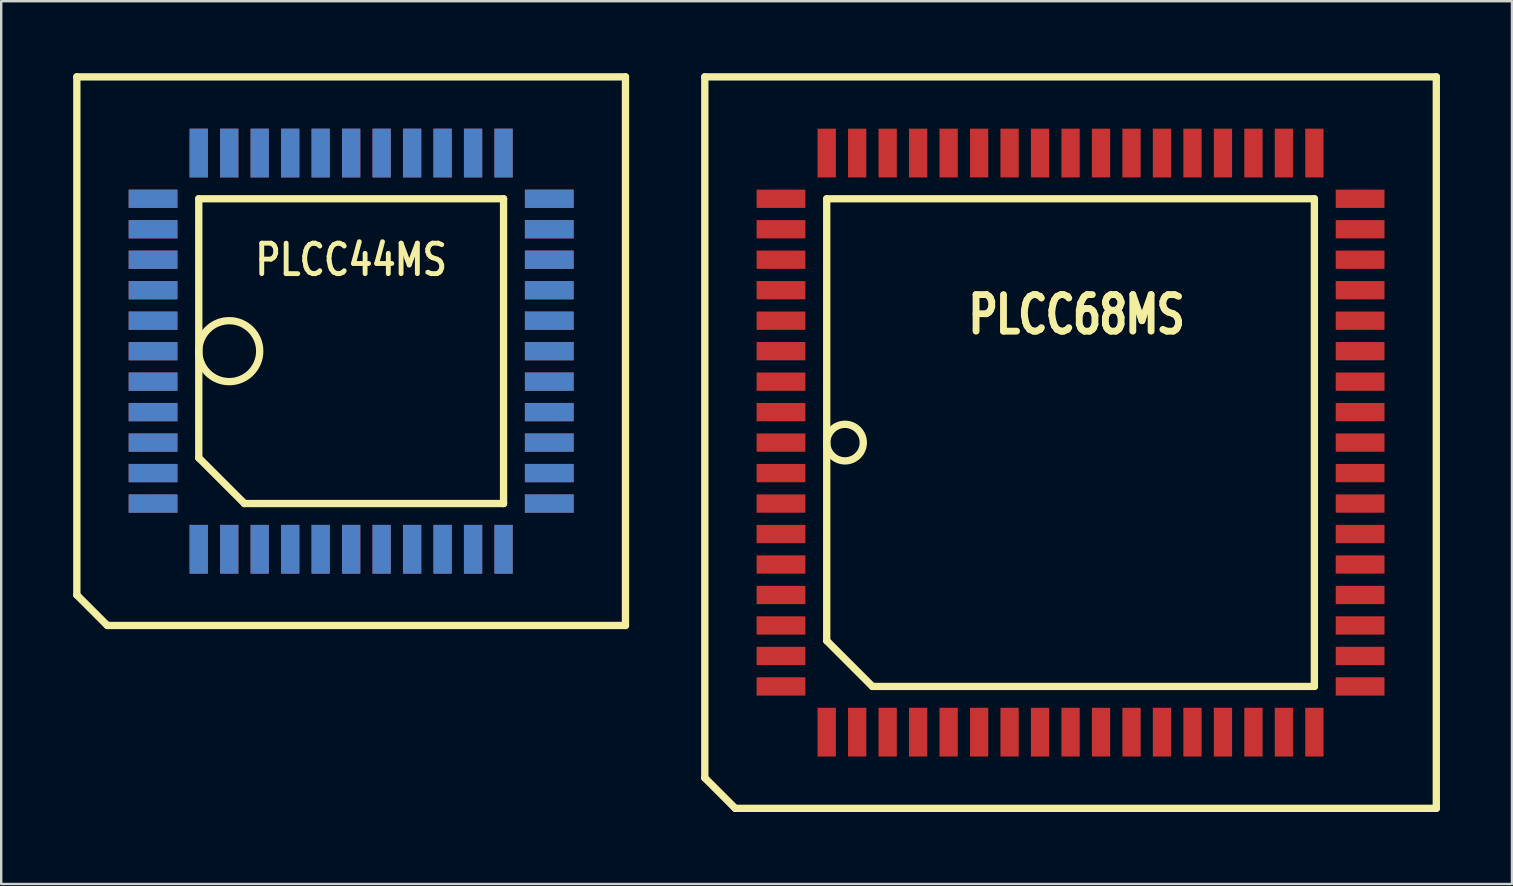
<source format=kicad_pcb>
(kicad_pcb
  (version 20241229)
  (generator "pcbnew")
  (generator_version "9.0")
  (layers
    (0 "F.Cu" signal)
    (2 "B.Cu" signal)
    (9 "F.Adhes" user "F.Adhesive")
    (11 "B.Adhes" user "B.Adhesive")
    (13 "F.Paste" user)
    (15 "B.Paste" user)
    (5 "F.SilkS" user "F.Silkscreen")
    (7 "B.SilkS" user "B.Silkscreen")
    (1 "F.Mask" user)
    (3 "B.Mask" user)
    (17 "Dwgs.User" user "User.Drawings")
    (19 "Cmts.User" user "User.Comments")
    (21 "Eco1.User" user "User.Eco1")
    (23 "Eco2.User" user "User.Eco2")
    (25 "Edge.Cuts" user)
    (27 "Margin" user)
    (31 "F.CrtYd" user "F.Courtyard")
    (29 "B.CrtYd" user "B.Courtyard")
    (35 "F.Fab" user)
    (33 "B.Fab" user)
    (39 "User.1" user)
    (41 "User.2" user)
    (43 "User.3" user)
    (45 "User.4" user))
  (footprint "PLCC68MS"
    (layer "F.Cu")
    (at 41.557 15.392)
    (property "Reference" "PLCC68MS" (at 0.254 -5.334 0) (layer "F.SilkS") (effects (font (size 1.524 1.143) (thickness 0.305))))
    (attr smd)
    (fp_line (start -15.24 -15.24) (end -15.24 13.97) (stroke (width 0.305) (type solid)) (layer "F.SilkS"))
    (fp_line (start -15.24 13.97) (end -13.97 15.24) (stroke (width 0.305) (type solid)) (layer "F.SilkS"))
    (fp_line (start -13.97 15.24) (end 15.24 15.24) (stroke (width 0.305) (type solid)) (layer "F.SilkS"))
    (fp_line (start -10.16 -10.16) (end 10.16 -10.16) (stroke (width 0.305) (type solid)) (layer "F.SilkS"))
    (fp_line (start -10.16 8.255) (end -10.16 -10.16) (stroke (width 0.305) (type solid)) (layer "F.SilkS"))
    (fp_line (start -8.255 10.16) (end -10.16 8.255) (stroke (width 0.305) (type solid)) (layer "F.SilkS"))
    (fp_line (start 10.16 -10.16) (end 10.16 10.16) (stroke (width 0.305) (type solid)) (layer "F.SilkS"))
    (fp_line (start 10.16 10.16) (end -8.255 10.16) (stroke (width 0.305) (type solid)) (layer "F.SilkS"))
    (fp_line (start 15.24 -15.24) (end -15.24 -15.24) (stroke (width 0.305) (type solid)) (layer "F.SilkS"))
    (fp_line (start 15.24 15.24) (end 15.24 -15.24) (stroke (width 0.305) (type solid)) (layer "F.SilkS"))
    (fp_circle (center -9.398 0) (end -10.16 0) (stroke (width 0.305) (type solid)) (fill no) (layer "F.SilkS"))
    (pad "1" smd rect (at -12.065 0) (size 2.032 0.762) (layers "F.Cu" "F.Mask" "F.Paste"))
    (pad "2" smd rect (at -12.065 1.27) (size 2.032 0.762) (layers "F.Cu" "F.Mask" "F.Paste"))
    (pad "3" smd rect (at -12.065 2.54) (size 2.032 0.762) (layers "F.Cu" "F.Mask" "F.Paste"))
    (pad "4" smd rect (at -12.065 3.81) (size 2.032 0.762) (layers "F.Cu" "F.Mask" "F.Paste"))
    (pad "5" smd rect (at -12.065 5.08) (size 2.032 0.762) (layers "F.Cu" "F.Mask" "F.Paste"))
    (pad "6" smd rect (at -12.065 6.35) (size 2.032 0.762) (layers "F.Cu" "F.Mask" "F.Paste"))
    (pad "7" smd rect (at -12.065 7.62) (size 2.032 0.762) (layers "F.Cu" "F.Mask" "F.Paste"))
    (pad "8" smd rect (at -12.065 8.89) (size 2.032 0.762) (layers "F.Cu" "F.Mask" "F.Paste"))
    (pad "9" smd rect (at -12.065 10.16) (size 2.032 0.762) (layers "F.Cu" "F.Mask" "F.Paste"))
    (pad "10" smd rect (at -10.16 12.065) (size 0.762 2.032) (layers "F.Cu" "F.Mask" "F.Paste"))
    (pad "11" smd rect (at -8.89 12.065) (size 0.762 2.032) (layers "F.Cu" "F.Mask" "F.Paste"))
    (pad "12" smd rect (at -7.62 12.065) (size 0.762 2.032) (layers "F.Cu" "F.Mask" "F.Paste"))
    (pad "13" smd rect (at -6.35 12.065) (size 0.762 2.032) (layers "F.Cu" "F.Mask" "F.Paste"))
    (pad "14" smd rect (at -5.08 12.065) (size 0.762 2.032) (layers "F.Cu" "F.Mask" "F.Paste"))
    (pad "15" smd rect (at -3.81 12.065) (size 0.762 2.032) (layers "F.Cu" "F.Mask" "F.Paste"))
    (pad "16" smd rect (at -2.54 12.065) (size 0.762 2.032) (layers "F.Cu" "F.Mask" "F.Paste"))
    (pad "17" smd rect (at -1.27 12.065) (size 0.762 2.032) (layers "F.Cu" "F.Mask" "F.Paste"))
    (pad "18" smd rect (at 0 12.065) (size 0.762 2.032) (layers "F.Cu" "F.Mask" "F.Paste"))
    (pad "19" smd rect (at 1.27 12.065) (size 0.762 2.032) (layers "F.Cu" "F.Mask" "F.Paste"))
    (pad "20" smd rect (at 2.54 12.065) (size 0.762 2.032) (layers "F.Cu" "F.Mask" "F.Paste"))
    (pad "21" smd rect (at 3.81 12.065) (size 0.762 2.032) (layers "F.Cu" "F.Mask" "F.Paste"))
    (pad "22" smd rect (at 5.08 12.065) (size 0.762 2.032) (layers "F.Cu" "F.Mask" "F.Paste"))
    (pad "23" smd rect (at 6.35 12.065) (size 0.762 2.032) (layers "F.Cu" "F.Mask" "F.Paste"))
    (pad "24" smd rect (at 7.62 12.065) (size 0.762 2.032) (layers "F.Cu" "F.Mask" "F.Paste"))
    (pad "25" smd rect (at 8.89 12.065) (size 0.762 2.032) (layers "F.Cu" "F.Mask" "F.Paste"))
    (pad "26" smd rect (at 10.16 12.065) (size 0.762 2.032) (layers "F.Cu" "F.Mask" "F.Paste"))
    (pad "27" smd rect (at 12.065 10.16) (size 2.032 0.762) (layers "F.Cu" "F.Mask" "F.Paste"))
    (pad "28" smd rect (at 12.065 8.89) (size 2.032 0.762) (layers "F.Cu" "F.Mask" "F.Paste"))
    (pad "29" smd rect (at 12.065 7.62) (size 2.032 0.762) (layers "F.Cu" "F.Mask" "F.Paste"))
    (pad "30" smd rect (at 12.065 6.35) (size 2.032 0.762) (layers "F.Cu" "F.Mask" "F.Paste"))
    (pad "31" smd rect (at 12.065 5.08) (size 2.032 0.762) (layers "F.Cu" "F.Mask" "F.Paste"))
    (pad "32" smd rect (at 12.065 3.81) (size 2.032 0.762) (layers "F.Cu" "F.Mask" "F.Paste"))
    (pad "33" smd rect (at 12.065 2.54) (size 2.032 0.762) (layers "F.Cu" "F.Mask" "F.Paste"))
    (pad "34" smd rect (at 12.065 1.27) (size 2.032 0.762) (layers "F.Cu" "F.Mask" "F.Paste"))
    (pad "35" smd rect (at 12.065 0) (size 2.032 0.762) (layers "F.Cu" "F.Mask" "F.Paste"))
    (pad "36" smd rect (at 12.065 -1.27) (size 2.032 0.762) (layers "F.Cu" "F.Mask" "F.Paste"))
    (pad "37" smd rect (at 12.065 -2.54) (size 2.032 0.762) (layers "F.Cu" "F.Mask" "F.Paste"))
    (pad "38" smd rect (at 12.065 -3.81) (size 2.032 0.762) (layers "F.Cu" "F.Mask" "F.Paste"))
    (pad "39" smd rect (at 12.065 -5.08) (size 2.032 0.762) (layers "F.Cu" "F.Mask" "F.Paste"))
    (pad "40" smd rect (at 12.065 -6.35) (size 2.032 0.762) (layers "F.Cu" "F.Mask" "F.Paste"))
    (pad "41" smd rect (at 12.065 -7.62) (size 2.032 0.762) (layers "F.Cu" "F.Mask" "F.Paste"))
    (pad "42" smd rect (at 12.065 -8.89) (size 2.032 0.762) (layers "F.Cu" "F.Mask" "F.Paste"))
    (pad "43" smd rect (at 12.065 -10.16) (size 2.032 0.762) (layers "F.Cu" "F.Mask" "F.Paste"))
    (pad "44" smd rect (at 10.16 -12.065) (size 0.762 2.032) (layers "F.Cu" "F.Mask" "F.Paste"))
    (pad "45" smd rect (at 8.89 -12.065) (size 0.762 2.032) (layers "F.Cu" "F.Mask" "F.Paste"))
    (pad "46" smd rect (at 7.62 -12.065) (size 0.762 2.032) (layers "F.Cu" "F.Mask" "F.Paste"))
    (pad "47" smd rect (at 6.35 -12.065) (size 0.762 2.032) (layers "F.Cu" "F.Mask" "F.Paste"))
    (pad "48" smd rect (at 5.08 -12.065) (size 0.762 2.032) (layers "F.Cu" "F.Mask" "F.Paste"))
    (pad "49" smd rect (at 3.81 -12.065) (size 0.762 2.032) (layers "F.Cu" "F.Mask" "F.Paste"))
    (pad "50" smd rect (at 2.54 -12.065) (size 0.762 2.032) (layers "F.Cu" "F.Mask" "F.Paste"))
    (pad "51" smd rect (at 1.27 -12.065) (size 0.762 2.032) (layers "F.Cu" "F.Mask" "F.Paste"))
    (pad "52" smd rect (at 0 -12.065) (size 0.762 2.032) (layers "F.Cu" "F.Mask" "F.Paste"))
    (pad "53" smd rect (at -1.27 -12.065) (size 0.762 2.032) (layers "F.Cu" "F.Mask" "F.Paste"))
    (pad "54" smd rect (at -2.54 -12.065) (size 0.762 2.032) (layers "F.Cu" "F.Mask" "F.Paste"))
    (pad "55" smd rect (at -3.81 -12.065) (size 0.762 2.032) (layers "F.Cu" "F.Mask" "F.Paste"))
    (pad "56" smd rect (at -5.08 -12.065) (size 0.762 2.032) (layers "F.Cu" "F.Mask" "F.Paste"))
    (pad "57" smd rect (at -6.35 -12.065) (size 0.762 2.032) (layers "F.Cu" "F.Mask" "F.Paste"))
    (pad "58" smd rect (at -7.62 -12.065) (size 0.762 2.032) (layers "F.Cu" "F.Mask" "F.Paste"))
    (pad "59" smd rect (at -8.89 -12.065) (size 0.762 2.032) (layers "F.Cu" "F.Mask" "F.Paste"))
    (pad "60" smd rect (at -10.16 -12.065) (size 0.762 2.032) (layers "F.Cu" "F.Mask" "F.Paste"))
    (pad "61" smd rect (at -12.065 -10.16) (size 2.032 0.762) (layers "F.Cu" "F.Mask" "F.Paste"))
    (pad "62" smd rect (at -12.065 -8.89) (size 2.032 0.762) (layers "F.Cu" "F.Mask" "F.Paste"))
    (pad "63" smd rect (at -12.065 -7.62) (size 2.032 0.762) (layers "F.Cu" "F.Mask" "F.Paste"))
    (pad "64" smd rect (at -12.065 -6.35) (size 2.032 0.762) (layers "F.Cu" "F.Mask" "F.Paste"))
    (pad "65" smd rect (at -12.065 -5.08) (size 2.032 0.762) (layers "F.Cu" "F.Mask" "F.Paste"))
    (pad "66" smd rect (at -12.065 -3.81) (size 2.032 0.762) (layers "F.Cu" "F.Mask" "F.Paste"))
    (pad "67" smd rect (at -12.065 -2.54) (size 2.032 0.762) (layers "F.Cu" "F.Mask" "F.Paste"))
    (pad "68" smd rect (at -12.065 -1.27) (size 2.032 0.762) (layers "F.Cu" "F.Mask" "F.Paste")))
  (footprint "PLCC44MS"
    (layer "F.Cu")
    (at 11.582 11.582)
    (property "Reference" "PLCC44MS" (at 0 -3.807 0) (layer "F.SilkS") (effects (font (size 1.27 1.016) (thickness 0.203))))
    (attr smd)
    (fp_line (start -11.43 -11.43) (end -11.43 10.16) (stroke (width 0.305) (type solid)) (layer "F.SilkS"))
    (fp_line (start -11.43 10.16) (end -10.16 11.43) (stroke (width 0.305) (type solid)) (layer "F.SilkS"))
    (fp_line (start -10.16 11.43) (end 11.43 11.43) (stroke (width 0.305) (type solid)) (layer "F.SilkS"))
    (fp_line (start -6.35 -6.35) (end 6.35 -6.35) (stroke (width 0.305) (type solid)) (layer "F.SilkS"))
    (fp_line (start -6.35 4.445) (end -6.35 -6.35) (stroke (width 0.305) (type solid)) (layer "F.SilkS"))
    (fp_line (start -4.445 6.35) (end -6.35 4.445) (stroke (width 0.305) (type solid)) (layer "F.SilkS"))
    (fp_line (start -4.445 6.35) (end 6.35 6.35) (stroke (width 0.305) (type solid)) (layer "F.SilkS"))
    (fp_line (start 6.35 -6.35) (end 6.35 6.35) (stroke (width 0.305) (type solid)) (layer "F.SilkS"))
    (fp_line (start 11.43 -11.43) (end -11.43 -11.43) (stroke (width 0.305) (type solid)) (layer "F.SilkS"))
    (fp_line (start 11.43 11.43) (end 11.43 -11.43) (stroke (width 0.305) (type solid)) (layer "F.SilkS"))
    (fp_circle (center -5.08 0) (end -6.35 0) (stroke (width 0.305) (type solid)) (fill no) (layer "F.SilkS"))
    (pad "1" thru_hole rect (at -8.255 0) (size 2.032 0.762) (drill 0.000001) (layers "F.Cu" "F.Mask"))
    (pad "2" thru_hole rect (at -8.255 1.27) (size 2.032 0.762) (drill 0.000001) (layers "F.Cu" "F.Mask"))
    (pad "3" thru_hole rect (at -8.255 2.54) (size 2.032 0.762) (drill 0.000001) (layers "F.Cu" "F.Mask"))
    (pad "4" thru_hole rect (at -8.255 3.81) (size 2.032 0.762) (drill 0.000001) (layers "F.Cu" "F.Mask"))
    (pad "5" thru_hole rect (at -8.255 5.08) (size 2.032 0.762) (drill 0.000001) (layers "F.Cu" "F.Mask"))
    (pad "6" thru_hole rect (at -8.255 6.35) (size 2.032 0.762) (drill 0.000001) (layers "F.Cu" "F.Mask"))
    (pad "7" thru_hole rect (at -6.35 8.255) (size 0.762 2.032) (drill 0.000001) (layers "F.Cu" "F.Mask"))
    (pad "8" thru_hole rect (at -5.08 8.255) (size 0.762 2.032) (drill 0.000001) (layers "F.Cu" "F.Mask"))
    (pad "9" thru_hole rect (at -3.81 8.255) (size 0.762 2.032) (drill 0.000001) (layers "F.Cu" "F.Mask"))
    (pad "10" thru_hole rect (at -2.54 8.255) (size 0.762 2.032) (drill 0.000001) (layers "F.Cu" "F.Mask"))
    (pad "11" thru_hole rect (at -1.27 8.255) (size 0.762 2.032) (drill 0.000001) (layers "F.Cu" "F.Mask"))
    (pad "12" thru_hole rect (at 0 8.255) (size 0.762 2.032) (drill 0.000001) (layers "F.Cu" "F.Mask"))
    (pad "13" thru_hole rect (at 1.27 8.255) (size 0.762 2.032) (drill 0.000001) (layers "F.Cu" "F.Mask"))
    (pad "14" thru_hole rect (at 2.54 8.255) (size 0.762 2.032) (drill 0.000001) (layers "F.Cu" "F.Mask"))
    (pad "15" thru_hole rect (at 3.81 8.255) (size 0.762 2.032) (drill 0.000001) (layers "F.Cu" "F.Mask"))
    (pad "16" thru_hole rect (at 5.08 8.255) (size 0.762 2.032) (drill 0.000001) (layers "F.Cu" "F.Mask"))
    (pad "17" thru_hole rect (at 6.35 8.255) (size 0.762 2.032) (drill 0.000001) (layers "F.Cu" "F.Mask"))
    (pad "18" thru_hole rect (at 8.255 6.35) (size 2.032 0.762) (drill 0.000001) (layers "F.Cu" "F.Mask"))
    (pad "19" thru_hole rect (at 8.255 5.08) (size 2.032 0.762) (drill 0.000001) (layers "F.Cu" "F.Mask"))
    (pad "20" thru_hole rect (at 8.255 3.81) (size 2.032 0.762) (drill 0.000001) (layers "F.Cu" "F.Mask"))
    (pad "21" thru_hole rect (at 8.255 2.54) (size 2.032 0.762) (drill 0.000001) (layers "F.Cu" "F.Mask"))
    (pad "22" thru_hole rect (at 8.255 1.27) (size 2.032 0.762) (drill 0.000001) (layers "F.Cu" "F.Mask"))
    (pad "23" thru_hole rect (at 8.255 0) (size 2.032 0.762) (drill 0.000001) (layers "F.Cu" "F.Mask"))
    (pad "24" thru_hole rect (at 8.255 -1.27) (size 2.032 0.762) (drill 0.000001) (layers "F.Cu" "F.Mask"))
    (pad "25" thru_hole rect (at 8.255 -2.54) (size 2.032 0.762) (drill 0.000001) (layers "F.Cu" "F.Mask"))
    (pad "26" thru_hole rect (at 8.255 -3.81) (size 2.032 0.762) (drill 0.000001) (layers "F.Cu" "F.Mask"))
    (pad "27" thru_hole rect (at 8.255 -5.08) (size 2.032 0.762) (drill 0.000001) (layers "F.Cu" "F.Mask"))
    (pad "28" thru_hole rect (at 8.255 -6.35) (size 2.032 0.762) (drill 0.000001) (layers "F.Cu" "F.Mask"))
    (pad "29" thru_hole rect (at 6.35 -8.255) (size 0.762 2.032) (drill 0.000001) (layers "F.Cu" "F.Mask"))
    (pad "30" thru_hole rect (at 5.08 -8.255) (size 0.762 2.032) (drill 0.000001) (layers "F.Cu" "F.Mask"))
    (pad "31" thru_hole rect (at 3.81 -8.255) (size 0.762 2.032) (drill 0.000001) (layers "F.Cu" "F.Mask"))
    (pad "32" thru_hole rect (at 2.54 -8.255) (size 0.762 2.032) (drill 0.000001) (layers "F.Cu" "F.Mask"))
    (pad "33" thru_hole rect (at 1.27 -8.255) (size 0.762 2.032) (drill 0.000001) (layers "F.Cu" "F.Mask"))
    (pad "34" thru_hole rect (at 0 -8.255) (size 0.762 2.032) (drill 0.000001) (layers "F.Cu" "F.Mask"))
    (pad "35" thru_hole rect (at -1.27 -8.255) (size 0.762 2.032) (drill 0.000001) (layers "F.Cu" "F.Mask"))
    (pad "36" thru_hole rect (at -2.54 -8.255) (size 0.762 2.032) (drill 0.000001) (layers "F.Cu" "F.Mask"))
    (pad "37" thru_hole rect (at -3.81 -8.255) (size 0.762 2.032) (drill 0.000001) (layers "F.Cu" "F.Mask"))
    (pad "38" thru_hole rect (at -5.08 -8.255) (size 0.762 2.032) (drill 0.000001) (layers "F.Cu" "F.Mask"))
    (pad "39" thru_hole rect (at -6.35 -8.255) (size 0.762 2.032) (drill 0.000001) (layers "F.Cu" "F.Mask"))
    (pad "40" thru_hole rect (at -8.255 -6.35) (size 2.032 0.762) (drill 0.000001) (layers "F.Cu" "F.Mask"))
    (pad "41" thru_hole rect (at -8.255 -5.08) (size 2.032 0.762) (drill 0.000001) (layers "F.Cu" "F.Mask"))
    (pad "42" thru_hole rect (at -8.255 -3.81) (size 2.032 0.762) (drill 0.000001) (layers "F.Cu" "F.Mask"))
    (pad "43" thru_hole rect (at -8.255 -2.54) (size 2.032 0.762) (drill 0.000001) (layers "F.Cu" "F.Mask"))
    (pad "44" thru_hole rect (at -8.255 -1.27) (size 2.032 0.762) (drill 0.000001) (layers "F.Cu" "F.Mask")))
  (gr_rect
    (start -3 -3)
    (end 59.95 33.785)
    (stroke (width 0.1) (type default))
    (fill no)
    (layer "Edge.Cuts")))
</source>
